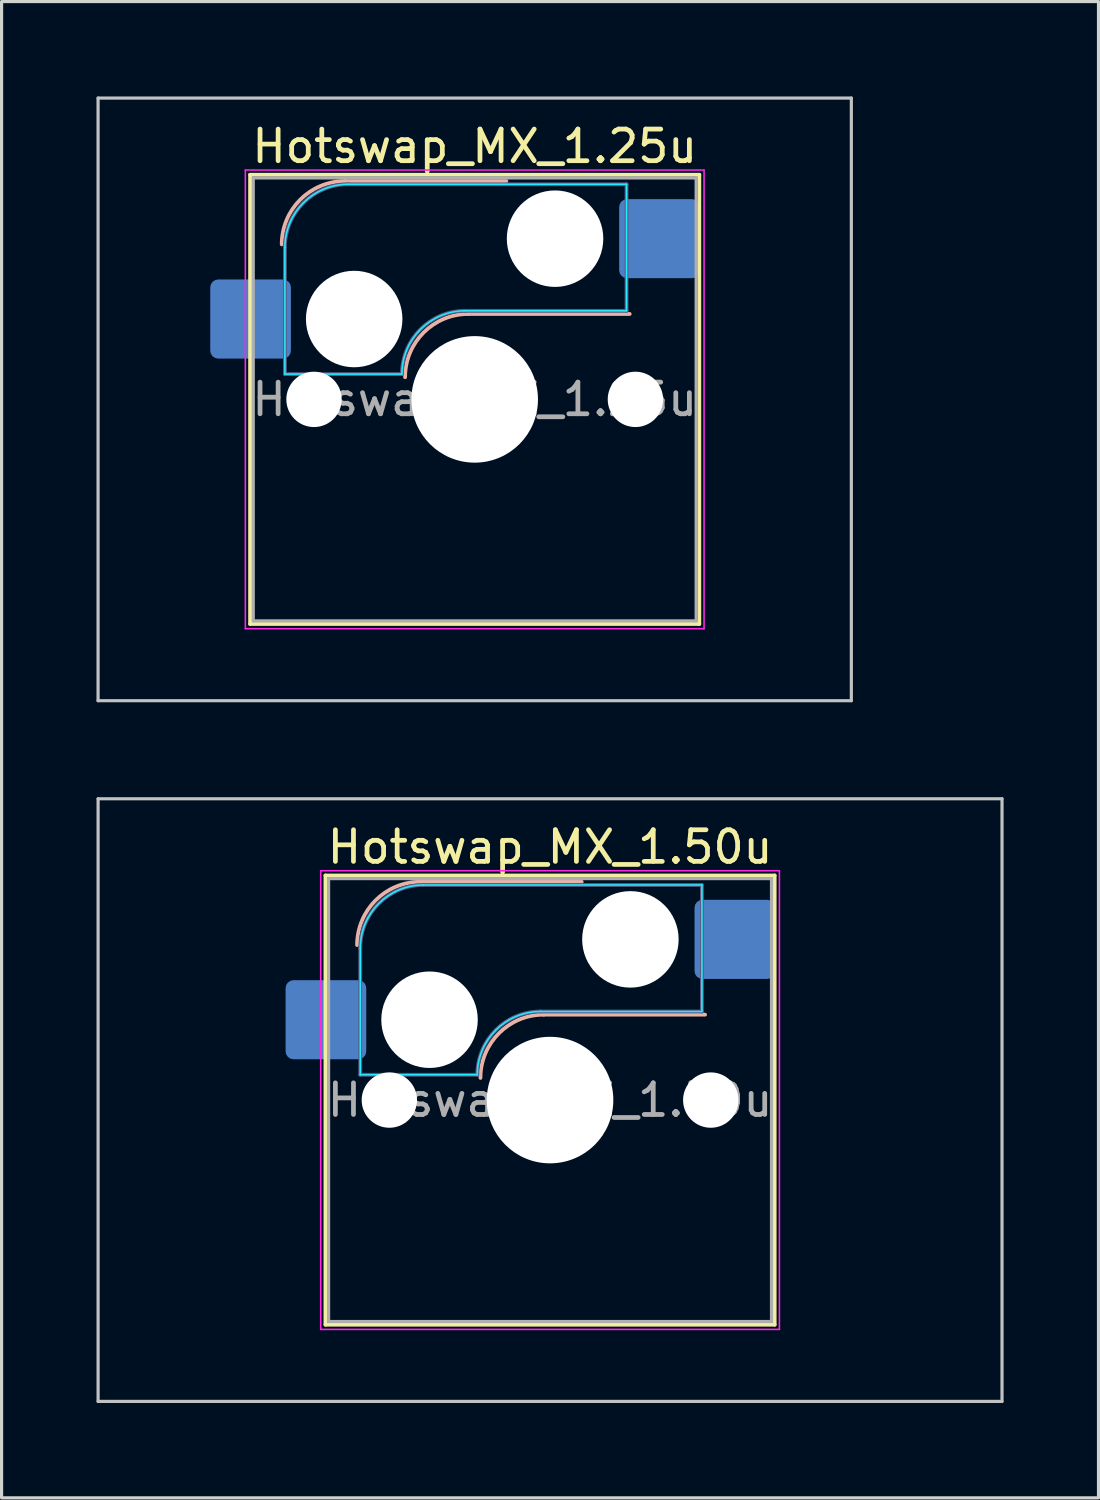
<source format=kicad_pcb>
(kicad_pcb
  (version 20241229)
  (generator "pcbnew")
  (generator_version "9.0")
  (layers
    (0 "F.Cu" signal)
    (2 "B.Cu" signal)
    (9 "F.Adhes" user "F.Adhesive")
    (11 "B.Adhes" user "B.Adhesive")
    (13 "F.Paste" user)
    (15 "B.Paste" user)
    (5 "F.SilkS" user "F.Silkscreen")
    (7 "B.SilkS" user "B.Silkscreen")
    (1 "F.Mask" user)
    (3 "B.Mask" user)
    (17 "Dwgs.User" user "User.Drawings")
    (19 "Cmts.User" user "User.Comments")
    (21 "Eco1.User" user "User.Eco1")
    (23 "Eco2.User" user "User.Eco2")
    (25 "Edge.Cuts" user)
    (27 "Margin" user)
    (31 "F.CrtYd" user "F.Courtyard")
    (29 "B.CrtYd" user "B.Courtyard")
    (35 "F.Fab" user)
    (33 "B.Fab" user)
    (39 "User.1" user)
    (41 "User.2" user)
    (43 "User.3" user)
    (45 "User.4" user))
  (footprint "Hotswap_MX_1.25u"
    (layer "F.Cu")
    (at 11.956 9.575)
    (property "Reference" "Hotswap_MX_1.25u" (at 0 -8 0) (layer "F.SilkS") (effects (font (size 1 1) (thickness 0.15))))
    (attr smd)
    (fp_line (start -7.1 -7.1) (end -7.1 7.1) (stroke (width 0.12) (type solid)) (layer "F.SilkS"))
    (fp_line (start -7.1 7.1) (end 7.1 7.1) (stroke (width 0.12) (type solid)) (layer "F.SilkS"))
    (fp_line (start 7.1 -7.1) (end -7.1 -7.1) (stroke (width 0.12) (type solid)) (layer "F.SilkS"))
    (fp_line (start 7.1 7.1) (end 7.1 -7.1) (stroke (width 0.12) (type solid)) (layer "F.SilkS"))
    (fp_line (start -4.1 -6.9) (end 1 -6.9) (stroke (width 0.12) (type solid)) (layer "B.SilkS"))
    (fp_line (start -0.2 -2.7) (end 4.9 -2.7) (stroke (width 0.12) (type solid)) (layer "B.SilkS"))
    (fp_arc (start -6.1 -4.9) (mid -5.514214 -6.314214) (end -4.1 -6.9) (stroke (width 0.12) (type solid)) (layer "B.SilkS"))
    (fp_arc (start -2.2 -0.7) (mid -1.614214 -2.114214) (end -0.2 -2.7) (stroke (width 0.12) (type solid)) (layer "B.SilkS"))
    (fp_line (start -11.906 -9.525) (end -11.906 9.525) (stroke (width 0.1) (type solid)) (layer "Dwgs.User"))
    (fp_line (start -11.906 9.525) (end 11.906 9.525) (stroke (width 0.1) (type solid)) (layer "Dwgs.User"))
    (fp_line (start 11.906 -9.525) (end -11.906 -9.525) (stroke (width 0.1) (type solid)) (layer "Dwgs.User"))
    (fp_line (start 11.906 9.525) (end 11.906 -9.525) (stroke (width 0.1) (type solid)) (layer "Dwgs.User"))
    (fp_line (start -7.8 -6) (end -7 -6) (stroke (width 0.1) (type solid)) (layer "Eco1.User"))
    (fp_line (start -7.8 -2.9) (end -7.8 -6) (stroke (width 0.1) (type solid)) (layer "Eco1.User"))
    (fp_line (start -7.8 2.9) (end -7 2.9) (stroke (width 0.1) (type solid)) (layer "Eco1.User"))
    (fp_line (start -7.8 6) (end -7.8 2.9) (stroke (width 0.1) (type solid)) (layer "Eco1.User"))
    (fp_line (start -7 -7) (end 7 -7) (stroke (width 0.1) (type solid)) (layer "Eco1.User"))
    (fp_line (start -7 -6) (end -7 -7) (stroke (width 0.1) (type solid)) (layer "Eco1.User"))
    (fp_line (start -7 -2.9) (end -7.8 -2.9) (stroke (width 0.1) (type solid)) (layer "Eco1.User"))
    (fp_line (start -7 2.9) (end -7 -2.9) (stroke (width 0.1) (type solid)) (layer "Eco1.User"))
    (fp_line (start -7 6) (end -7.8 6) (stroke (width 0.1) (type solid)) (layer "Eco1.User"))
    (fp_line (start -7 7) (end -7 6) (stroke (width 0.1) (type solid)) (layer "Eco1.User"))
    (fp_line (start 7 -7) (end 7 -6) (stroke (width 0.1) (type solid)) (layer "Eco1.User"))
    (fp_line (start 7 -6) (end 7.8 -6) (stroke (width 0.1) (type solid)) (layer "Eco1.User"))
    (fp_line (start 7 -2.9) (end 7 2.9) (stroke (width 0.1) (type solid)) (layer "Eco1.User"))
    (fp_line (start 7 2.9) (end 7.8 2.9) (stroke (width 0.1) (type solid)) (layer "Eco1.User"))
    (fp_line (start 7 6) (end 7 7) (stroke (width 0.1) (type solid)) (layer "Eco1.User"))
    (fp_line (start 7 7) (end -7 7) (stroke (width 0.1) (type solid)) (layer "Eco1.User"))
    (fp_line (start 7.8 -6) (end 7.8 -2.9) (stroke (width 0.1) (type solid)) (layer "Eco1.User"))
    (fp_line (start 7.8 -2.9) (end 7 -2.9) (stroke (width 0.1) (type solid)) (layer "Eco1.User"))
    (fp_line (start 7.8 2.9) (end 7.8 6) (stroke (width 0.1) (type solid)) (layer "Eco1.User"))
    (fp_line (start 7.8 6) (end 7 6) (stroke (width 0.1) (type solid)) (layer "Eco1.User"))
    (fp_line (start -6 -0.8) (end -6 -4.8) (stroke (width 0.05) (type solid)) (layer "B.CrtYd"))
    (fp_line (start -6 -0.8) (end -2.3 -0.8) (stroke (width 0.05) (type solid)) (layer "B.CrtYd"))
    (fp_line (start -4 -6.8) (end 4.8 -6.8) (stroke (width 0.05) (type solid)) (layer "B.CrtYd"))
    (fp_line (start -0.3 -2.8) (end 4.8 -2.8) (stroke (width 0.05) (type solid)) (layer "B.CrtYd"))
    (fp_line (start 4.8 -6.8) (end 4.8 -2.8) (stroke (width 0.05) (type solid)) (layer "B.CrtYd"))
    (fp_arc (start -6 -4.8) (mid -5.414214 -6.214214) (end -4 -6.8) (stroke (width 0.05) (type solid)) (layer "B.CrtYd"))
    (fp_arc (start -2.3 -0.8) (mid -1.714214 -2.214214) (end -0.3 -2.8) (stroke (width 0.05) (type solid)) (layer "B.CrtYd"))
    (fp_line (start -7.25 -7.25) (end -7.25 7.25) (stroke (width 0.05) (type solid)) (layer "F.CrtYd"))
    (fp_line (start -7.25 7.25) (end 7.25 7.25) (stroke (width 0.05) (type solid)) (layer "F.CrtYd"))
    (fp_line (start 7.25 -7.25) (end -7.25 -7.25) (stroke (width 0.05) (type solid)) (layer "F.CrtYd"))
    (fp_line (start 7.25 7.25) (end 7.25 -7.25) (stroke (width 0.05) (type solid)) (layer "F.CrtYd"))
    (fp_line (start -6 -0.8) (end -6 -4.8) (stroke (width 0.12) (type solid)) (layer "B.Fab"))
    (fp_line (start -6 -0.8) (end -2.3 -0.8) (stroke (width 0.12) (type solid)) (layer "B.Fab"))
    (fp_line (start -4 -6.8) (end 4.8 -6.8) (stroke (width 0.12) (type solid)) (layer "B.Fab"))
    (fp_line (start -0.3 -2.8) (end 4.8 -2.8) (stroke (width 0.12) (type solid)) (layer "B.Fab"))
    (fp_line (start 4.8 -6.8) (end 4.8 -2.8) (stroke (width 0.12) (type solid)) (layer "B.Fab"))
    (fp_arc (start -6 -4.8) (mid -5.414214 -6.214214) (end -4 -6.8) (stroke (width 0.12) (type solid)) (layer "B.Fab"))
    (fp_arc (start -2.3 -0.8) (mid -1.714214 -2.214214) (end -0.3 -2.8) (stroke (width 0.12) (type solid)) (layer "B.Fab"))
    (fp_line (start -7 -7) (end -7 7) (stroke (width 0.1) (type solid)) (layer "F.Fab"))
    (fp_line (start -7 7) (end 7 7) (stroke (width 0.1) (type solid)) (layer "F.Fab"))
    (fp_line (start 7 -7) (end -7 -7) (stroke (width 0.1) (type solid)) (layer "F.Fab"))
    (fp_line (start 7 7) (end 7 -7) (stroke (width 0.1) (type solid)) (layer "F.Fab"))
    (fp_text user "${REFERENCE}" (at 0 0 0) (layer "F.Fab") (effects (font (size 1 1) (thickness 0.15))))
    (pad "" np_thru_hole circle (at -5.08 0) (size 1.75 1.75) (drill 1.75) (layers "*.Cu" "*.Mask"))
    (pad "" np_thru_hole circle (at -3.81 -2.54) (size 3.05 3.05) (drill 3.05) (layers "*.Cu" "*.Mask"))
    (pad "" np_thru_hole circle (at 0 0) (size 4 4) (drill 4) (layers "*.Cu" "*.Mask"))
    (pad "" np_thru_hole circle (at 2.54 -5.08) (size 3.05 3.05) (drill 3.05) (layers "*.Cu" "*.Mask"))
    (pad "" np_thru_hole circle (at 5.08 0) (size 1.75 1.75) (drill 1.75) (layers "*.Cu" "*.Mask"))
    (pad "1" smd roundrect (at -7.085 -2.54) (size 2.55 2.5) (layers "B.Cu" "B.Mask" "B.Paste") (roundrect_rratio 0.1))
    (pad "2" smd roundrect (at 5.842 -5.08) (size 2.55 2.5) (layers "B.Cu" "B.Mask" "B.Paste") (roundrect_rratio 0.1)))
  (footprint "Hotswap_MX_1.50u"
    (layer "F.Cu")
    (at 14.338 31.725)
    (property "Reference" "Hotswap_MX_1.50u" (at 0 -8 0) (layer "F.SilkS") (effects (font (size 1 1) (thickness 0.15))))
    (attr smd)
    (fp_line (start -7.1 -7.1) (end -7.1 7.1) (stroke (width 0.12) (type solid)) (layer "F.SilkS"))
    (fp_line (start -7.1 7.1) (end 7.1 7.1) (stroke (width 0.12) (type solid)) (layer "F.SilkS"))
    (fp_line (start 7.1 -7.1) (end -7.1 -7.1) (stroke (width 0.12) (type solid)) (layer "F.SilkS"))
    (fp_line (start 7.1 7.1) (end 7.1 -7.1) (stroke (width 0.12) (type solid)) (layer "F.SilkS"))
    (fp_line (start -4.1 -6.9) (end 1 -6.9) (stroke (width 0.12) (type solid)) (layer "B.SilkS"))
    (fp_line (start -0.2 -2.7) (end 4.9 -2.7) (stroke (width 0.12) (type solid)) (layer "B.SilkS"))
    (fp_arc (start -6.1 -4.9) (mid -5.514214 -6.314214) (end -4.1 -6.9) (stroke (width 0.12) (type solid)) (layer "B.SilkS"))
    (fp_arc (start -2.2 -0.7) (mid -1.614214 -2.114214) (end -0.2 -2.7) (stroke (width 0.12) (type solid)) (layer "B.SilkS"))
    (fp_line (start -14.287 -9.525) (end -14.287 9.525) (stroke (width 0.1) (type solid)) (layer "Dwgs.User"))
    (fp_line (start -14.287 9.525) (end 14.287 9.525) (stroke (width 0.1) (type solid)) (layer "Dwgs.User"))
    (fp_line (start 14.287 -9.525) (end -14.287 -9.525) (stroke (width 0.1) (type solid)) (layer "Dwgs.User"))
    (fp_line (start 14.287 9.525) (end 14.287 -9.525) (stroke (width 0.1) (type solid)) (layer "Dwgs.User"))
    (fp_line (start -7.8 -6) (end -7 -6) (stroke (width 0.1) (type solid)) (layer "Eco1.User"))
    (fp_line (start -7.8 -2.9) (end -7.8 -6) (stroke (width 0.1) (type solid)) (layer "Eco1.User"))
    (fp_line (start -7.8 2.9) (end -7 2.9) (stroke (width 0.1) (type solid)) (layer "Eco1.User"))
    (fp_line (start -7.8 6) (end -7.8 2.9) (stroke (width 0.1) (type solid)) (layer "Eco1.User"))
    (fp_line (start -7 -7) (end 7 -7) (stroke (width 0.1) (type solid)) (layer "Eco1.User"))
    (fp_line (start -7 -6) (end -7 -7) (stroke (width 0.1) (type solid)) (layer "Eco1.User"))
    (fp_line (start -7 -2.9) (end -7.8 -2.9) (stroke (width 0.1) (type solid)) (layer "Eco1.User"))
    (fp_line (start -7 2.9) (end -7 -2.9) (stroke (width 0.1) (type solid)) (layer "Eco1.User"))
    (fp_line (start -7 6) (end -7.8 6) (stroke (width 0.1) (type solid)) (layer "Eco1.User"))
    (fp_line (start -7 7) (end -7 6) (stroke (width 0.1) (type solid)) (layer "Eco1.User"))
    (fp_line (start 7 -7) (end 7 -6) (stroke (width 0.1) (type solid)) (layer "Eco1.User"))
    (fp_line (start 7 -6) (end 7.8 -6) (stroke (width 0.1) (type solid)) (layer "Eco1.User"))
    (fp_line (start 7 -2.9) (end 7 2.9) (stroke (width 0.1) (type solid)) (layer "Eco1.User"))
    (fp_line (start 7 2.9) (end 7.8 2.9) (stroke (width 0.1) (type solid)) (layer "Eco1.User"))
    (fp_line (start 7 6) (end 7 7) (stroke (width 0.1) (type solid)) (layer "Eco1.User"))
    (fp_line (start 7 7) (end -7 7) (stroke (width 0.1) (type solid)) (layer "Eco1.User"))
    (fp_line (start 7.8 -6) (end 7.8 -2.9) (stroke (width 0.1) (type solid)) (layer "Eco1.User"))
    (fp_line (start 7.8 -2.9) (end 7 -2.9) (stroke (width 0.1) (type solid)) (layer "Eco1.User"))
    (fp_line (start 7.8 2.9) (end 7.8 6) (stroke (width 0.1) (type solid)) (layer "Eco1.User"))
    (fp_line (start 7.8 6) (end 7 6) (stroke (width 0.1) (type solid)) (layer "Eco1.User"))
    (fp_line (start -6 -0.8) (end -6 -4.8) (stroke (width 0.05) (type solid)) (layer "B.CrtYd"))
    (fp_line (start -6 -0.8) (end -2.3 -0.8) (stroke (width 0.05) (type solid)) (layer "B.CrtYd"))
    (fp_line (start -4 -6.8) (end 4.8 -6.8) (stroke (width 0.05) (type solid)) (layer "B.CrtYd"))
    (fp_line (start -0.3 -2.8) (end 4.8 -2.8) (stroke (width 0.05) (type solid)) (layer "B.CrtYd"))
    (fp_line (start 4.8 -6.8) (end 4.8 -2.8) (stroke (width 0.05) (type solid)) (layer "B.CrtYd"))
    (fp_arc (start -6 -4.8) (mid -5.414214 -6.214214) (end -4 -6.8) (stroke (width 0.05) (type solid)) (layer "B.CrtYd"))
    (fp_arc (start -2.3 -0.8) (mid -1.714214 -2.214214) (end -0.3 -2.8) (stroke (width 0.05) (type solid)) (layer "B.CrtYd"))
    (fp_line (start -7.25 -7.25) (end -7.25 7.25) (stroke (width 0.05) (type solid)) (layer "F.CrtYd"))
    (fp_line (start -7.25 7.25) (end 7.25 7.25) (stroke (width 0.05) (type solid)) (layer "F.CrtYd"))
    (fp_line (start 7.25 -7.25) (end -7.25 -7.25) (stroke (width 0.05) (type solid)) (layer "F.CrtYd"))
    (fp_line (start 7.25 7.25) (end 7.25 -7.25) (stroke (width 0.05) (type solid)) (layer "F.CrtYd"))
    (fp_line (start -6 -0.8) (end -6 -4.8) (stroke (width 0.12) (type solid)) (layer "B.Fab"))
    (fp_line (start -6 -0.8) (end -2.3 -0.8) (stroke (width 0.12) (type solid)) (layer "B.Fab"))
    (fp_line (start -4 -6.8) (end 4.8 -6.8) (stroke (width 0.12) (type solid)) (layer "B.Fab"))
    (fp_line (start -0.3 -2.8) (end 4.8 -2.8) (stroke (width 0.12) (type solid)) (layer "B.Fab"))
    (fp_line (start 4.8 -6.8) (end 4.8 -2.8) (stroke (width 0.12) (type solid)) (layer "B.Fab"))
    (fp_arc (start -6 -4.8) (mid -5.414214 -6.214214) (end -4 -6.8) (stroke (width 0.12) (type solid)) (layer "B.Fab"))
    (fp_arc (start -2.3 -0.8) (mid -1.714214 -2.214214) (end -0.3 -2.8) (stroke (width 0.12) (type solid)) (layer "B.Fab"))
    (fp_line (start -7 -7) (end -7 7) (stroke (width 0.1) (type solid)) (layer "F.Fab"))
    (fp_line (start -7 7) (end 7 7) (stroke (width 0.1) (type solid)) (layer "F.Fab"))
    (fp_line (start 7 -7) (end -7 -7) (stroke (width 0.1) (type solid)) (layer "F.Fab"))
    (fp_line (start 7 7) (end 7 -7) (stroke (width 0.1) (type solid)) (layer "F.Fab"))
    (fp_text user "${REFERENCE}" (at 0 0 0) (layer "F.Fab") (effects (font (size 1 1) (thickness 0.15))))
    (pad "" np_thru_hole circle (at -5.08 0) (size 1.75 1.75) (drill 1.75) (layers "*.Cu" "*.Mask"))
    (pad "" np_thru_hole circle (at -3.81 -2.54) (size 3.05 3.05) (drill 3.05) (layers "*.Cu" "*.Mask"))
    (pad "" np_thru_hole circle (at 0 0) (size 4 4) (drill 4) (layers "*.Cu" "*.Mask"))
    (pad "" np_thru_hole circle (at 2.54 -5.08) (size 3.05 3.05) (drill 3.05) (layers "*.Cu" "*.Mask"))
    (pad "" np_thru_hole circle (at 5.08 0) (size 1.75 1.75) (drill 1.75) (layers "*.Cu" "*.Mask"))
    (pad "1" smd roundrect (at -7.085 -2.54) (size 2.55 2.5) (layers "B.Cu" "B.Mask" "B.Paste") (roundrect_rratio 0.1))
    (pad "2" smd roundrect (at 5.842 -5.08) (size 2.55 2.5) (layers "B.Cu" "B.Mask" "B.Paste") (roundrect_rratio 0.1)))
  (gr_rect
    (start -3 -3)
    (end 31.675 44.3)
    (stroke (width 0.1) (type default))
    (fill no)
    (layer "Edge.Cuts")))
</source>
